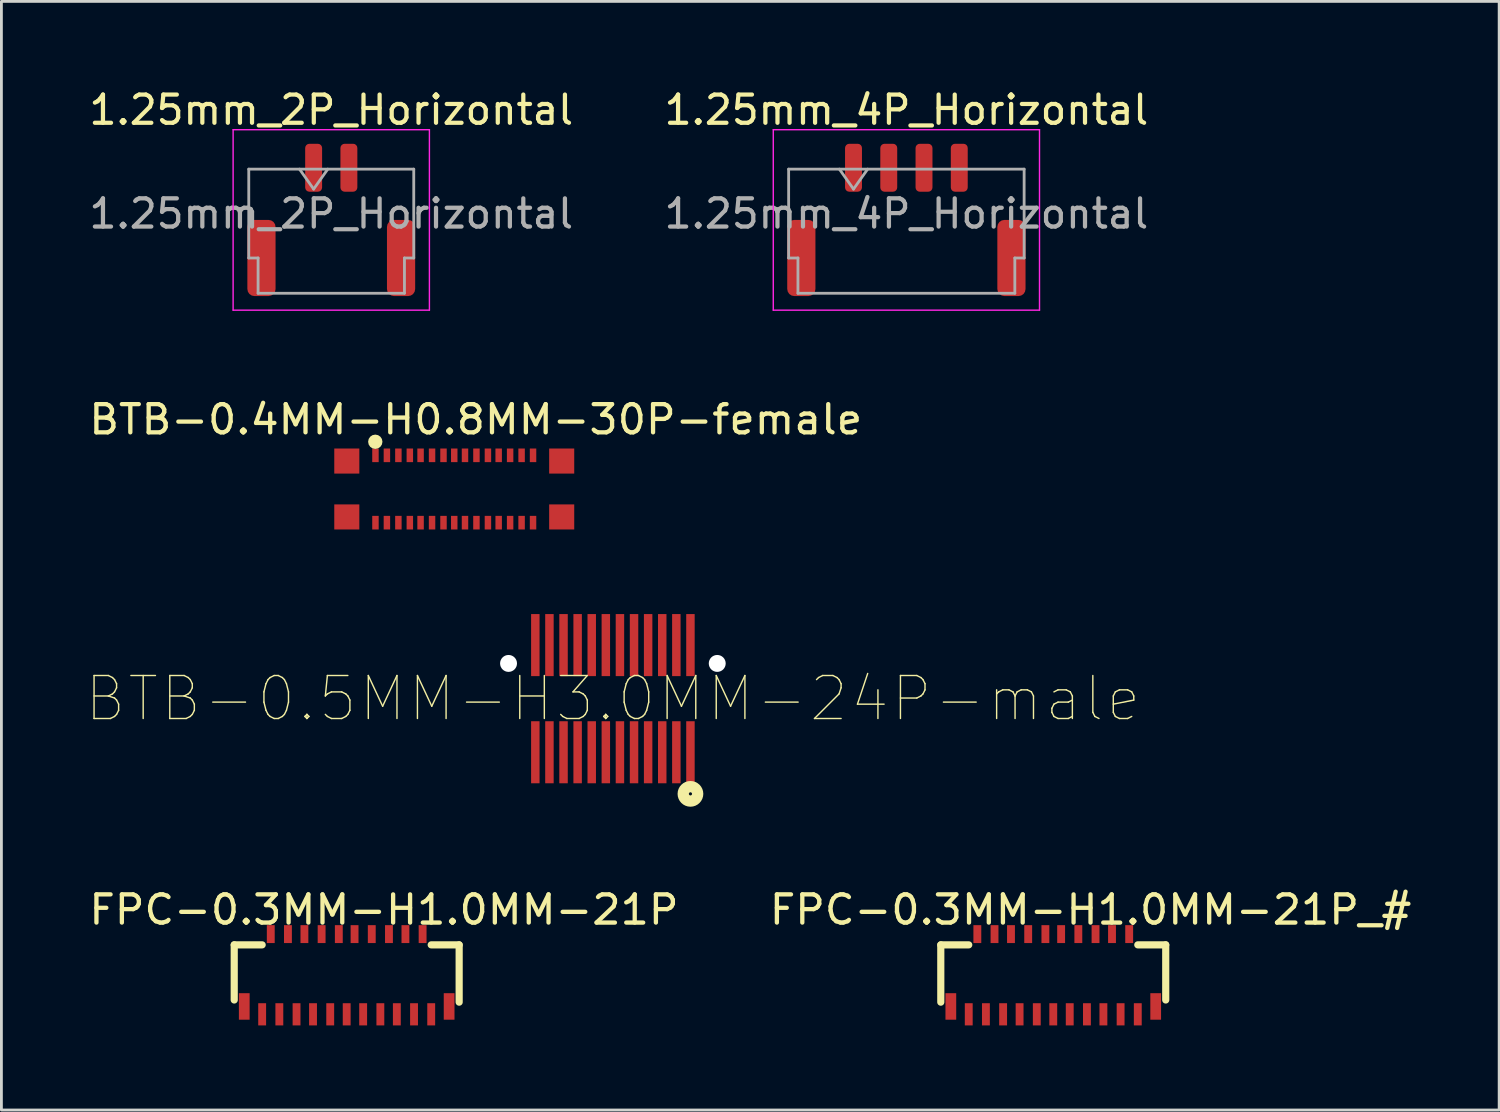
<source format=kicad_pcb>
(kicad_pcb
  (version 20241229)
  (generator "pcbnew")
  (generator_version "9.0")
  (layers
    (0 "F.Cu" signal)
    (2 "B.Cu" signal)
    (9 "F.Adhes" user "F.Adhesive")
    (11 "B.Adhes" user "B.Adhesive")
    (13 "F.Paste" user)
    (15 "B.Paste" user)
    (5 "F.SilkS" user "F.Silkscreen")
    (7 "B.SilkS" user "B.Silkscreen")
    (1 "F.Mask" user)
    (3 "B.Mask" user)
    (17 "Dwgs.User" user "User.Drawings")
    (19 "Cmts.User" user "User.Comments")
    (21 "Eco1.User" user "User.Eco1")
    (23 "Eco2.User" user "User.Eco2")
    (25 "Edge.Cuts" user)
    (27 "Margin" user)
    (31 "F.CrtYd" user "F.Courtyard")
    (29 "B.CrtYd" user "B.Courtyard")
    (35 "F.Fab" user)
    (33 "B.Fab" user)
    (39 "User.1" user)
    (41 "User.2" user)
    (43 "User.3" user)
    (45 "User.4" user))
  (footprint "BTB-0.5MM-H3.0MM-24P-male"
    (layer "F.Cu")
    (at 18.682 21.724)
    (property "Reference" "BTB-0.5MM-H3.0MM-24P-male" (at 0 0 0) (layer "F.SilkS") (effects (font (size 1.524 1.524) (thickness 0.05))))
    (attr smd)
    (fp_circle (center 2.75 3.375) (end 2.806 3.375) (stroke (width 0.4) (type solid)) (fill no) (layer "F.SilkS"))
    (pad "" np_thru_hole circle (at -3.7 -1.25 180) (size 0.6 0.6) (drill 0.6) (layers "*.Cu" "*.Mask"))
    (pad "" np_thru_hole circle (at 3.7 -1.25) (size 0.6 0.6) (drill 0.6) (layers "*.Cu" "*.Mask"))
    (pad "1" smd rect (at 2.75 1.9 180) (size 0.3 2.2) (layers "F.Cu" "F.Mask" "F.Paste"))
    (pad "2" smd rect (at 2.25 1.9 180) (size 0.3 2.2) (layers "F.Cu" "F.Mask" "F.Paste"))
    (pad "3" smd rect (at 1.75 1.9 180) (size 0.3 2.2) (layers "F.Cu" "F.Mask" "F.Paste"))
    (pad "4" smd rect (at 1.25 1.9 180) (size 0.3 2.2) (layers "F.Cu" "F.Mask" "F.Paste"))
    (pad "5" smd rect (at 0.75 1.9 180) (size 0.3 2.2) (layers "F.Cu" "F.Mask" "F.Paste"))
    (pad "6" smd rect (at 0.25 1.9 180) (size 0.3 2.2) (layers "F.Cu" "F.Mask" "F.Paste"))
    (pad "7" smd rect (at -0.25 1.9 180) (size 0.3 2.2) (layers "F.Cu" "F.Mask" "F.Paste"))
    (pad "8" smd rect (at -0.75 1.9 180) (size 0.3 2.2) (layers "F.Cu" "F.Mask" "F.Paste"))
    (pad "9" smd rect (at -1.25 1.9 180) (size 0.3 2.2) (layers "F.Cu" "F.Mask" "F.Paste"))
    (pad "10" smd rect (at -1.75 1.9 180) (size 0.3 2.2) (layers "F.Cu" "F.Mask" "F.Paste"))
    (pad "11" smd rect (at -2.25 1.9 180) (size 0.3 2.2) (layers "F.Cu" "F.Mask" "F.Paste"))
    (pad "12" smd rect (at -2.75 1.9 180) (size 0.3 2.2) (layers "F.Cu" "F.Mask" "F.Paste"))
    (pad "13" smd rect (at -2.75 -1.9 180) (size 0.3 2.2) (layers "F.Cu" "F.Mask" "F.Paste"))
    (pad "14" smd rect (at -2.25 -1.9 180) (size 0.3 2.2) (layers "F.Cu" "F.Mask" "F.Paste"))
    (pad "15" smd rect (at -1.75 -1.9 180) (size 0.3 2.2) (layers "F.Cu" "F.Mask" "F.Paste"))
    (pad "16" smd rect (at -1.25 -1.9 180) (size 0.3 2.2) (layers "F.Cu" "F.Mask" "F.Paste"))
    (pad "17" smd rect (at -0.75 -1.9 180) (size 0.3 2.2) (layers "F.Cu" "F.Mask" "F.Paste"))
    (pad "18" smd rect (at -0.25 -1.9 180) (size 0.3 2.2) (layers "F.Cu" "F.Mask" "F.Paste"))
    (pad "19" smd rect (at 0.25 -1.9 180) (size 0.3 2.2) (layers "F.Cu" "F.Mask" "F.Paste"))
    (pad "20" smd rect (at 0.75 -1.9 180) (size 0.3 2.2) (layers "F.Cu" "F.Mask" "F.Paste"))
    (pad "21" smd rect (at 1.25 -1.9 180) (size 0.3 2.2) (layers "F.Cu" "F.Mask" "F.Paste"))
    (pad "22" smd rect (at 1.75 -1.9 180) (size 0.3 2.2) (layers "F.Cu" "F.Mask" "F.Paste"))
    (pad "23" smd rect (at 2.25 -1.9 180) (size 0.3 2.2) (layers "F.Cu" "F.Mask" "F.Paste"))
    (pad "24" smd rect (at 2.75 -1.9 180) (size 0.3 2.2) (layers "F.Cu" "F.Mask" "F.Paste")))
  (footprint "1.25mm_2P_Horizontal"
    (layer "F.Cu")
    (at 8.696 4.748)
    (property "Reference" "1.25mm_2P_Horizontal" (at 0 -3.9 0) (layer "F.SilkS") (effects (font (size 1 1) (thickness 0.15))))
    (attr smd)
    (fp_line (start -3.48 -3.2) (end -3.48 3.2) (stroke (width 0.05) (type solid)) (layer "F.CrtYd"))
    (fp_line (start -3.48 3.2) (end 3.48 3.2) (stroke (width 0.05) (type solid)) (layer "F.CrtYd"))
    (fp_line (start 3.48 -3.2) (end -3.48 -3.2) (stroke (width 0.05) (type solid)) (layer "F.CrtYd"))
    (fp_line (start 3.48 3.2) (end 3.48 -3.2) (stroke (width 0.05) (type solid)) (layer "F.CrtYd"))
    (fp_line (start -2.925 -1.8) (end -2.925 1.35) (stroke (width 0.1) (type solid)) (layer "F.Fab"))
    (fp_line (start -2.925 -1.8) (end 2.925 -1.8) (stroke (width 0.1) (type solid)) (layer "F.Fab"))
    (fp_line (start -2.925 1.35) (end -2.595 1.35) (stroke (width 0.1) (type solid)) (layer "F.Fab"))
    (fp_line (start -2.595 1.35) (end -2.595 2.6) (stroke (width 0.1) (type solid)) (layer "F.Fab"))
    (fp_line (start -2.595 2.6) (end 2.595 2.6) (stroke (width 0.1) (type solid)) (layer "F.Fab"))
    (fp_line (start -1.125 -1.8) (end -0.625 -1.093) (stroke (width 0.1) (type solid)) (layer "F.Fab"))
    (fp_line (start -0.625 -1.093) (end -0.125 -1.8) (stroke (width 0.1) (type solid)) (layer "F.Fab"))
    (fp_line (start 2.595 1.35) (end 2.925 1.35) (stroke (width 0.1) (type solid)) (layer "F.Fab"))
    (fp_line (start 2.595 2.6) (end 2.595 1.35) (stroke (width 0.1) (type solid)) (layer "F.Fab"))
    (fp_line (start 2.925 -1.8) (end 2.925 1.35) (stroke (width 0.1) (type solid)) (layer "F.Fab"))
    (fp_text user "${REFERENCE}" (at 0 -0.22 0) (layer "F.Fab") (effects (font (size 1 1) (thickness 0.15))))
    (pad "1" smd roundrect (at -0.625 -1.85) (size 0.6 1.7) (layers "F.Cu" "F.Mask" "F.Paste") (roundrect_rratio 0.25))
    (pad "2" smd roundrect (at 0.625 -1.85) (size 0.6 1.7) (layers "F.Cu" "F.Mask" "F.Paste") (roundrect_rratio 0.25))
    (pad "MP" smd roundrect (at -2.475 1.35) (size 1 2.7) (layers "F.Cu" "F.Mask" "F.Paste") (roundrect_rratio 0.25))
    (pad "MP" smd roundrect (at 2.475 1.35) (size 1 2.7) (layers "F.Cu" "F.Mask" "F.Paste") (roundrect_rratio 0.25)))
  (footprint "1.25mm_4P_Horizontal"
    (layer "F.Cu")
    (at 29.089 4.748)
    (property "Reference" "1.25mm_4P_Horizontal" (at 0 -3.9 0) (layer "F.SilkS") (effects (font (size 1 1) (thickness 0.15))))
    (attr smd)
    (fp_line (start -4.72 -3.2) (end -4.72 3.2) (stroke (width 0.05) (type solid)) (layer "F.CrtYd"))
    (fp_line (start -4.72 3.2) (end 4.72 3.2) (stroke (width 0.05) (type solid)) (layer "F.CrtYd"))
    (fp_line (start 4.72 -3.2) (end -4.72 -3.2) (stroke (width 0.05) (type solid)) (layer "F.CrtYd"))
    (fp_line (start 4.72 3.2) (end 4.72 -3.2) (stroke (width 0.05) (type solid)) (layer "F.CrtYd"))
    (fp_line (start -4.175 -1.8) (end -4.175 1.35) (stroke (width 0.1) (type solid)) (layer "F.Fab"))
    (fp_line (start -4.175 -1.8) (end 4.175 -1.8) (stroke (width 0.1) (type solid)) (layer "F.Fab"))
    (fp_line (start -4.175 1.35) (end -3.845 1.35) (stroke (width 0.1) (type solid)) (layer "F.Fab"))
    (fp_line (start -3.845 1.35) (end -3.845 2.6) (stroke (width 0.1) (type solid)) (layer "F.Fab"))
    (fp_line (start -3.845 2.6) (end 3.845 2.6) (stroke (width 0.1) (type solid)) (layer "F.Fab"))
    (fp_line (start -2.375 -1.8) (end -1.875 -1.093) (stroke (width 0.1) (type solid)) (layer "F.Fab"))
    (fp_line (start -1.875 -1.093) (end -1.375 -1.8) (stroke (width 0.1) (type solid)) (layer "F.Fab"))
    (fp_line (start 3.845 1.35) (end 4.175 1.35) (stroke (width 0.1) (type solid)) (layer "F.Fab"))
    (fp_line (start 3.845 2.6) (end 3.845 1.35) (stroke (width 0.1) (type solid)) (layer "F.Fab"))
    (fp_line (start 4.175 -1.8) (end 4.175 1.35) (stroke (width 0.1) (type solid)) (layer "F.Fab"))
    (fp_text user "${REFERENCE}" (at 0 -0.22 0) (layer "F.Fab") (effects (font (size 1 1) (thickness 0.15))))
    (pad "1" smd roundrect (at -1.875 -1.85) (size 0.6 1.7) (layers "F.Cu" "F.Mask" "F.Paste") (roundrect_rratio 0.25))
    (pad "2" smd roundrect (at -0.625 -1.85) (size 0.6 1.7) (layers "F.Cu" "F.Mask" "F.Paste") (roundrect_rratio 0.25))
    (pad "3" smd roundrect (at 0.625 -1.85) (size 0.6 1.7) (layers "F.Cu" "F.Mask" "F.Paste") (roundrect_rratio 0.25))
    (pad "4" smd roundrect (at 1.875 -1.85) (size 0.6 1.7) (layers "F.Cu" "F.Mask" "F.Paste") (roundrect_rratio 0.25))
    (pad "SH" smd roundrect (at -3.725 1.35) (size 1 2.7) (layers "F.Cu" "F.Mask" "F.Paste") (roundrect_rratio 0.25))
    (pad "SH" smd roundrect (at 3.725 1.35) (size 1 2.7) (layers "F.Cu" "F.Mask" "F.Paste") (roundrect_rratio 0.25)))
  (footprint "FPC-0.3MM-H1.0MM-21P_#"
    (layer "F.Cu")
    (at 34.297 31.494)
    (property "Reference" "FPC-0.3MM-H1.0MM-21P_#" (at 1.321 -2.286 0) (unlocked yes) (layer "F.SilkS") (effects (font (size 1 1.052) (thickness 0.152))))
    (fp_line (start -3.988 0.991) (end -3.988 -1.041) (stroke (width 0.254) (type solid)) (layer "F.SilkS"))
    (fp_line (start -2.997 -1.041) (end -3.988 -1.041) (stroke (width 0.254) (type solid)) (layer "F.SilkS"))
    (fp_line (start 3.988 -1.041) (end 2.997 -1.041) (stroke (width 0.254) (type solid)) (layer "F.SilkS"))
    (fp_line (start 3.988 0.914) (end 3.988 -1.041) (stroke (width 0.254) (type solid)) (layer "F.SilkS"))
    (pad "1" smd rect (at 2.997 1.422) (size 0.279 0.787) (layers "F.Cu" "F.Mask" "F.Paste"))
    (pad "2" smd rect (at 2.692 -1.422) (size 0.279 0.635) (layers "F.Cu" "F.Mask" "F.Paste"))
    (pad "3" smd rect (at 2.388 1.422) (size 0.279 0.787) (layers "F.Cu" "F.Mask" "F.Paste"))
    (pad "4" smd rect (at 2.083 -1.422) (size 0.279 0.635) (layers "F.Cu" "F.Mask" "F.Paste"))
    (pad "5" smd rect (at 1.778 1.422) (size 0.279 0.787) (layers "F.Cu" "F.Mask" "F.Paste"))
    (pad "6" smd rect (at 1.499 -1.422) (size 0.279 0.635) (layers "F.Cu" "F.Mask" "F.Paste"))
    (pad "7" smd rect (at 1.194 1.422) (size 0.279 0.787) (layers "F.Cu" "F.Mask" "F.Paste"))
    (pad "8" smd rect (at 0.889 -1.422) (size 0.279 0.635) (layers "F.Cu" "F.Mask" "F.Paste"))
    (pad "9" smd rect (at 0.584 1.422) (size 0.279 0.787) (layers "F.Cu" "F.Mask" "F.Paste"))
    (pad "10" smd rect (at 0.279 -1.422) (size 0.279 0.635) (layers "F.Cu" "F.Mask" "F.Paste"))
    (pad "11" smd rect (at 0 1.422) (size 0.279 0.787) (layers "F.Cu" "F.Mask" "F.Paste"))
    (pad "12" smd rect (at -0.279 -1.422) (size 0.279 0.635) (layers "F.Cu" "F.Mask" "F.Paste"))
    (pad "13" smd rect (at -0.584 1.422) (size 0.279 0.787) (layers "F.Cu" "F.Mask" "F.Paste"))
    (pad "14" smd rect (at -0.889 -1.422) (size 0.279 0.635) (layers "F.Cu" "F.Mask" "F.Paste"))
    (pad "15" smd rect (at -1.194 1.422) (size 0.279 0.787) (layers "F.Cu" "F.Mask" "F.Paste"))
    (pad "16" smd rect (at -1.499 -1.422) (size 0.279 0.635) (layers "F.Cu" "F.Mask" "F.Paste"))
    (pad "17" smd rect (at -1.778 1.422) (size 0.279 0.787) (layers "F.Cu" "F.Mask" "F.Paste"))
    (pad "18" smd rect (at -2.083 -1.422) (size 0.279 0.635) (layers "F.Cu" "F.Mask" "F.Paste"))
    (pad "19" smd rect (at -2.388 1.422) (size 0.279 0.787) (layers "F.Cu" "F.Mask" "F.Paste"))
    (pad "20" smd rect (at -2.692 -1.422) (size 0.279 0.635) (layers "F.Cu" "F.Mask" "F.Paste"))
    (pad "21" smd rect (at -2.997 1.422) (size 0.279 0.787) (layers "F.Cu" "F.Mask" "F.Paste"))
    (pad "SH1" smd rect (at -3.632 1.143) (size 0.381 0.94) (layers "F.Cu" "F.Mask" "F.Paste"))
    (pad "SH2" smd rect (at 3.632 1.143) (size 0.381 0.94) (layers "F.Cu" "F.Mask" "F.Paste")))
  (footprint "BTB-0.4MM-H0.8MM-30P-female"
    (layer "F.Cu")
    (at 13.057 14.289)
    (property "Reference" "BTB-0.4MM-H0.8MM-30P-female" (at 0.762 -2.464 0) (unlocked yes) (layer "F.SilkS") (effects (font (size 1 1.052) (thickness 0.152))))
    (fp_circle (center -2.8 -1.675) (end -2.8 -1.675) (stroke (width 0.254) (type solid)) (fill no) (layer "F.SilkS"))
    (pad "1" smd rect (at -2.794 -1.194) (size 0.229 0.483) (layers "F.Cu" "F.Mask" "F.Paste"))
    (pad "2" smd rect (at -2.388 -1.194) (size 0.229 0.483) (layers "F.Cu" "F.Mask" "F.Paste"))
    (pad "3" smd rect (at -1.981 -1.194) (size 0.229 0.483) (layers "F.Cu" "F.Mask" "F.Paste"))
    (pad "4" smd rect (at -1.575 -1.194) (size 0.229 0.483) (layers "F.Cu" "F.Mask" "F.Paste"))
    (pad "5" smd rect (at -1.194 -1.194) (size 0.229 0.483) (layers "F.Cu" "F.Mask" "F.Paste"))
    (pad "6" smd rect (at -0.787 -1.194) (size 0.229 0.483) (layers "F.Cu" "F.Mask" "F.Paste"))
    (pad "7" smd rect (at -0.381 -1.194) (size 0.229 0.483) (layers "F.Cu" "F.Mask" "F.Paste"))
    (pad "8" smd rect (at 0 -1.194) (size 0.229 0.483) (layers "F.Cu" "F.Mask" "F.Paste"))
    (pad "9" smd rect (at 0.381 -1.194) (size 0.229 0.483) (layers "F.Cu" "F.Mask" "F.Paste"))
    (pad "10" smd rect (at 0.787 -1.194) (size 0.229 0.483) (layers "F.Cu" "F.Mask" "F.Paste"))
    (pad "11" smd rect (at 1.194 -1.194) (size 0.229 0.483) (layers "F.Cu" "F.Mask" "F.Paste"))
    (pad "12" smd rect (at 1.575 -1.194) (size 0.229 0.483) (layers "F.Cu" "F.Mask" "F.Paste"))
    (pad "13" smd rect (at 1.981 -1.194) (size 0.229 0.483) (layers "F.Cu" "F.Mask" "F.Paste"))
    (pad "14" smd rect (at 2.388 -1.194) (size 0.229 0.483) (layers "F.Cu" "F.Mask" "F.Paste"))
    (pad "15" smd rect (at 2.794 -1.194) (size 0.229 0.483) (layers "F.Cu" "F.Mask" "F.Paste"))
    (pad "16" smd rect (at 2.794 1.194) (size 0.229 0.483) (layers "F.Cu" "F.Mask" "F.Paste"))
    (pad "17" smd rect (at 2.388 1.194) (size 0.229 0.483) (layers "F.Cu" "F.Mask" "F.Paste"))
    (pad "18" smd rect (at 1.981 1.194) (size 0.229 0.483) (layers "F.Cu" "F.Mask" "F.Paste"))
    (pad "19" smd rect (at 1.575 1.194) (size 0.229 0.483) (layers "F.Cu" "F.Mask" "F.Paste"))
    (pad "20" smd rect (at 1.194 1.194) (size 0.229 0.483) (layers "F.Cu" "F.Mask" "F.Paste"))
    (pad "21" smd rect (at 0.787 1.194) (size 0.229 0.483) (layers "F.Cu" "F.Mask" "F.Paste"))
    (pad "22" smd rect (at 0.381 1.194) (size 0.229 0.483) (layers "F.Cu" "F.Mask" "F.Paste"))
    (pad "23" smd rect (at 0 1.194) (size 0.229 0.483) (layers "F.Cu" "F.Mask" "F.Paste"))
    (pad "24" smd rect (at -0.381 1.194) (size 0.229 0.483) (layers "F.Cu" "F.Mask" "F.Paste"))
    (pad "25" smd rect (at -0.787 1.194) (size 0.229 0.483) (layers "F.Cu" "F.Mask" "F.Paste"))
    (pad "26" smd rect (at -1.194 1.194) (size 0.229 0.483) (layers "F.Cu" "F.Mask" "F.Paste"))
    (pad "27" smd rect (at -1.575 1.194) (size 0.229 0.483) (layers "F.Cu" "F.Mask" "F.Paste"))
    (pad "28" smd rect (at -1.981 1.194) (size 0.229 0.483) (layers "F.Cu" "F.Mask" "F.Paste"))
    (pad "29" smd rect (at -2.388 1.194) (size 0.229 0.483) (layers "F.Cu" "F.Mask" "F.Paste"))
    (pad "30" smd rect (at -2.794 1.194) (size 0.229 0.483) (layers "F.Cu" "F.Mask" "F.Paste"))
    (pad "31" smd rect (at -3.81 0.991) (size 0.889 0.889) (layers "F.Cu" "F.Mask" "F.Paste"))
    (pad "32" smd rect (at -3.81 -0.991) (size 0.889 0.889) (layers "F.Cu" "F.Mask" "F.Paste"))
    (pad "33" smd rect (at 3.81 -0.991 180) (size 0.889 0.889) (layers "F.Cu" "F.Mask" "F.Paste"))
    (pad "34" smd rect (at 3.81 0.991 180) (size 0.889 0.889) (layers "F.Cu" "F.Mask" "F.Paste")))
  (footprint "FPC-0.3MM-H1.0MM-21P"
    (layer "F.Cu")
    (at 9.243 31.494)
    (property "Reference" "FPC-0.3MM-H1.0MM-21P" (at 1.321 -2.286 0) (unlocked yes) (layer "F.SilkS") (effects (font (size 1 1.052) (thickness 0.152))))
    (fp_line (start -3.988 -1.041) (end -2.997 -1.041) (stroke (width 0.254) (type solid)) (layer "F.SilkS"))
    (fp_line (start -3.988 0.914) (end -3.988 -1.041) (stroke (width 0.254) (type solid)) (layer "F.SilkS"))
    (fp_line (start 2.997 -1.041) (end 3.988 -1.041) (stroke (width 0.254) (type solid)) (layer "F.SilkS"))
    (fp_line (start 3.988 0.991) (end 3.988 -1.041) (stroke (width 0.254) (type solid)) (layer "F.SilkS"))
    (pad "1" smd rect (at -2.997 1.422) (size 0.279 0.787) (layers "F.Cu" "F.Mask" "F.Paste"))
    (pad "2" smd rect (at -2.692 -1.422) (size 0.279 0.635) (layers "F.Cu" "F.Mask" "F.Paste"))
    (pad "3" smd rect (at -2.388 1.422) (size 0.279 0.787) (layers "F.Cu" "F.Mask" "F.Paste"))
    (pad "4" smd rect (at -2.083 -1.422) (size 0.279 0.635) (layers "F.Cu" "F.Mask" "F.Paste"))
    (pad "5" smd rect (at -1.778 1.422) (size 0.279 0.787) (layers "F.Cu" "F.Mask" "F.Paste"))
    (pad "6" smd rect (at -1.499 -1.422) (size 0.279 0.635) (layers "F.Cu" "F.Mask" "F.Paste"))
    (pad "7" smd rect (at -1.194 1.422) (size 0.279 0.787) (layers "F.Cu" "F.Mask" "F.Paste"))
    (pad "8" smd rect (at -0.889 -1.422) (size 0.279 0.635) (layers "F.Cu" "F.Mask" "F.Paste"))
    (pad "9" smd rect (at -0.584 1.422) (size 0.279 0.787) (layers "F.Cu" "F.Mask" "F.Paste"))
    (pad "10" smd rect (at -0.279 -1.422) (size 0.279 0.635) (layers "F.Cu" "F.Mask" "F.Paste"))
    (pad "11" smd rect (at 0 1.422) (size 0.279 0.787) (layers "F.Cu" "F.Mask" "F.Paste"))
    (pad "12" smd rect (at 0.279 -1.422) (size 0.279 0.635) (layers "F.Cu" "F.Mask" "F.Paste"))
    (pad "13" smd rect (at 0.584 1.422) (size 0.279 0.787) (layers "F.Cu" "F.Mask" "F.Paste"))
    (pad "14" smd rect (at 0.889 -1.422) (size 0.279 0.635) (layers "F.Cu" "F.Mask" "F.Paste"))
    (pad "15" smd rect (at 1.194 1.422) (size 0.279 0.787) (layers "F.Cu" "F.Mask" "F.Paste"))
    (pad "16" smd rect (at 1.499 -1.422) (size 0.279 0.635) (layers "F.Cu" "F.Mask" "F.Paste"))
    (pad "17" smd rect (at 1.778 1.422) (size 0.279 0.787) (layers "F.Cu" "F.Mask" "F.Paste"))
    (pad "18" smd rect (at 2.083 -1.422) (size 0.279 0.635) (layers "F.Cu" "F.Mask" "F.Paste"))
    (pad "19" smd rect (at 2.388 1.422) (size 0.279 0.787) (layers "F.Cu" "F.Mask" "F.Paste"))
    (pad "20" smd rect (at 2.692 -1.422) (size 0.279 0.635) (layers "F.Cu" "F.Mask" "F.Paste"))
    (pad "21" smd rect (at 2.997 1.422) (size 0.279 0.787) (layers "F.Cu" "F.Mask" "F.Paste"))
    (pad "SH" smd rect (at -3.632 1.143) (size 0.381 0.94) (layers "F.Cu" "F.Mask" "F.Paste"))
    (pad "SH" smd rect (at 3.632 1.143) (size 0.381 0.94) (layers "F.Cu" "F.Mask" "F.Paste")))
  (gr_rect
    (start -3 -3)
    (end 50.108 36.31)
    (stroke (width 0.1) (type default))
    (fill no)
    (layer "Edge.Cuts")))
</source>
